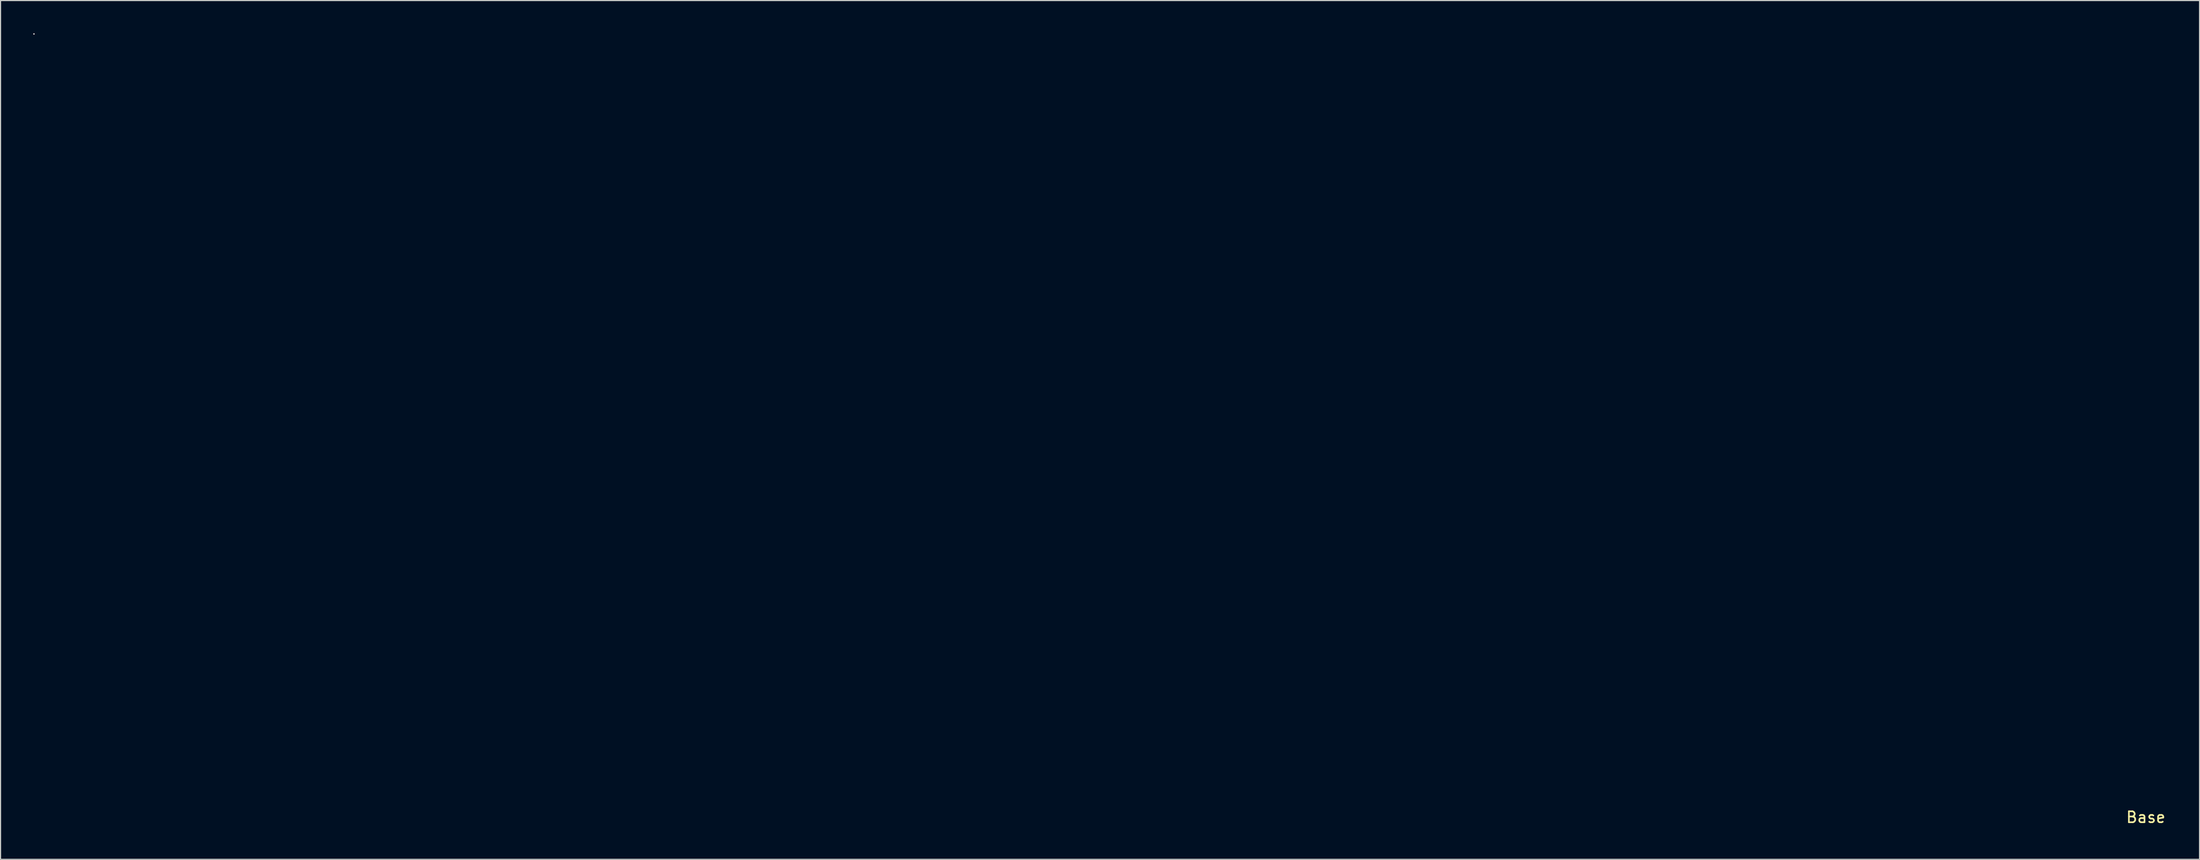
<source format=kicad_pcb>
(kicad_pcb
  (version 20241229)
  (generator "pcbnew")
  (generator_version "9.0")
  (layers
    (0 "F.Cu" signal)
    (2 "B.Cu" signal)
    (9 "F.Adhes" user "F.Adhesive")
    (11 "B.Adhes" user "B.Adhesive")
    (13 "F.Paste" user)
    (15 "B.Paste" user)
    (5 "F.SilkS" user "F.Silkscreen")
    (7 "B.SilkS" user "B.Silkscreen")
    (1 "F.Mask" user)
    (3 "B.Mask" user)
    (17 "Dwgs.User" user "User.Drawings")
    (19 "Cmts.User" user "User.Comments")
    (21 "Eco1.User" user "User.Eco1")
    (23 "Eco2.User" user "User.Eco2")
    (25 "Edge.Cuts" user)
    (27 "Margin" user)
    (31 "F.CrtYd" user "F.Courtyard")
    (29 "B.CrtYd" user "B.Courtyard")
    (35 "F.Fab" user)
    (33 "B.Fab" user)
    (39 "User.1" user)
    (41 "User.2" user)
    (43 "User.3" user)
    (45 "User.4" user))
  (footprint "Base"
    (layer "F.Cu")
    (at 193.09 71.17)
    (property "Reference" "Base" (at 0 0.5 0) (layer "F.SilkS") (effects (font (size 1 1) (thickness 0.15))))
    (attr through_hole)
    (fp_line (start -193.04 -71.12) (end -193.04 -71.12) (stroke (width 0.1) (type solid)) (layer "Dwgs.User"))
    (fp_line (start -193.04 -71.12) (end -193.04 -71.12) (stroke (width 0.1) (type solid)) (layer "Dwgs.User"))
    (fp_line (start -193.04 -71.12) (end -193.04 -71.12) (stroke (width 0.1) (type solid)) (layer "Dwgs.User"))
    (fp_line (start -193.04 -71.12) (end -193.04 -71.12) (stroke (width 0.1) (type solid)) (layer "Dwgs.User"))
    (fp_line (start -193.04 -71.12) (end -193.04 -71.12) (stroke (width 0.1) (type solid)) (layer "Dwgs.User"))
    (fp_line (start -193.04 -71.12) (end -193.04 -71.12) (stroke (width 0.1) (type solid)) (layer "Dwgs.User"))
    (fp_line (start -193.04 -71.12) (end -193.04 -71.12) (stroke (width 0.1) (type solid)) (layer "Dwgs.User"))
    (fp_line (start -193.04 -71.12) (end -193.04 -71.12) (stroke (width 0.1) (type solid)) (layer "Dwgs.User"))
    (fp_line (start -193.04 -71.12) (end -193.04 -71.12) (stroke (width 0.1) (type solid)) (layer "Dwgs.User"))
    (fp_line (start -193.04 -71.12) (end -193.04 -71.12) (stroke (width 0.1) (type solid)) (layer "Dwgs.User"))
    (fp_line (start -193.04 -71.12) (end -193.04 -71.12) (stroke (width 0.1) (type solid)) (layer "Dwgs.User"))
    (fp_line (start -193.04 -71.12) (end -193.04 -71.12) (stroke (width 0.1) (type solid)) (layer "Dwgs.User"))
    (fp_line (start -193.04 -71.12) (end -193.04 -71.12) (stroke (width 0.1) (type solid)) (layer "Dwgs.User"))
    (fp_line (start -193.04 -71.12) (end -193.04 -71.12) (stroke (width 0.1) (type solid)) (layer "Dwgs.User"))
    (fp_line (start -193.04 -71.12) (end -193.04 -71.12) (stroke (width 0.1) (type solid)) (layer "Dwgs.User"))
    (fp_line (start -193.04 -71.12) (end -193.04 -71.12) (stroke (width 0.1) (type solid)) (layer "Dwgs.User"))
    (fp_line (start -193.04 -71.12) (end -193.04 -71.12) (stroke (width 0.1) (type solid)) (layer "Dwgs.User"))
    (fp_line (start -193.04 -71.12) (end -193.04 -71.12) (stroke (width 0.1) (type solid)) (layer "Dwgs.User"))
    (fp_line (start -193.04 -71.12) (end -193.04 -71.12) (stroke (width 0.1) (type solid)) (layer "Dwgs.User"))
    (fp_line (start -193.04 -71.12) (end -193.04 -71.12) (stroke (width 0.1) (type solid)) (layer "Dwgs.User"))
    (fp_line (start -193.04 -71.12) (end -193.04 -71.12) (stroke (width 0.1) (type solid)) (layer "Dwgs.User"))
    (fp_line (start -193.04 -71.12) (end -193.04 -71.12) (stroke (width 0.1) (type solid)) (layer "Dwgs.User"))
    (fp_line (start -193.04 -71.12) (end -193.04 -71.12) (stroke (width 0.1) (type solid)) (layer "Dwgs.User"))
    (fp_line (start -193.04 -71.12) (end -193.04 -71.12) (stroke (width 0.1) (type solid)) (layer "Dwgs.User"))
    (fp_line (start -193.04 -71.12) (end -193.04 -71.12) (stroke (width 0.1) (type solid)) (layer "Dwgs.User"))
    (fp_line (start -193.04 -71.12) (end -193.04 -71.12) (stroke (width 0.1) (type solid)) (layer "Dwgs.User"))
    (fp_line (start -193.04 -71.12) (end -193.04 -71.12) (stroke (width 0.1) (type solid)) (layer "Dwgs.User"))
    (fp_line (start -193.04 -71.12) (end -193.04 -71.12) (stroke (width 0.1) (type solid)) (layer "Dwgs.User"))
    (fp_line (start -193.04 -71.12) (end -193.04 -71.12) (stroke (width 0.1) (type solid)) (layer "Dwgs.User"))
    (fp_line (start -193.04 -71.12) (end -193.04 -71.12) (stroke (width 0.1) (type solid)) (layer "Dwgs.User"))
    (fp_line (start -193.04 -71.12) (end -193.04 -71.12) (stroke (width 0.1) (type solid)) (layer "Dwgs.User"))
    (fp_line (start -193.04 -71.12) (end -193.04 -71.12) (stroke (width 0.1) (type solid)) (layer "Dwgs.User"))
    (fp_line (start -193.04 -71.12) (end -193.04 -71.12) (stroke (width 0.1) (type solid)) (layer "Dwgs.User"))
    (fp_line (start -193.04 -71.12) (end -193.04 -71.12) (stroke (width 0.1) (type solid)) (layer "Dwgs.User"))
    (fp_line (start -193.04 -71.12) (end -193.04 -71.12) (stroke (width 0.1) (type solid)) (layer "Dwgs.User"))
    (fp_line (start -193.04 -71.12) (end -193.04 -71.12) (stroke (width 0.1) (type solid)) (layer "Dwgs.User"))
    (fp_line (start -193.04 -71.12) (end -193.04 -71.12) (stroke (width 0.1) (type solid)) (layer "Dwgs.User"))
    (fp_line (start -193.04 -71.12) (end -193.04 -71.12) (stroke (width 0.1) (type solid)) (layer "Dwgs.User"))
    (fp_line (start -193.04 -71.12) (end -193.04 -71.12) (stroke (width 0.1) (type solid)) (layer "Dwgs.User"))
    (fp_line (start -193.04 -71.12) (end -193.04 -71.12) (stroke (width 0.1) (type solid)) (layer "Dwgs.User"))
    (fp_line (start -193.04 -71.12) (end -193.04 -71.12) (stroke (width 0.1) (type solid)) (layer "Dwgs.User"))
    (fp_line (start -193.04 -71.12) (end -193.04 -71.12) (stroke (width 0.1) (type solid)) (layer "Dwgs.User"))
    (fp_line (start -193.04 -71.12) (end -193.04 -71.12) (stroke (width 0.1) (type solid)) (layer "Dwgs.User"))
    (fp_line (start -193.04 -71.12) (end -193.04 -71.12) (stroke (width 0.1) (type solid)) (layer "Dwgs.User"))
    (fp_line (start -193.04 -71.12) (end -193.04 -71.12) (stroke (width 0.1) (type solid)) (layer "Dwgs.User"))
    (fp_line (start -193.04 -71.12) (end -193.04 -71.12) (stroke (width 0.1) (type solid)) (layer "Dwgs.User"))
    (fp_line (start -193.04 -71.12) (end -193.04 -71.12) (stroke (width 0.1) (type solid)) (layer "Dwgs.User"))
    (fp_line (start -193.04 -71.12) (end -193.04 -71.12) (stroke (width 0.1) (type solid)) (layer "Dwgs.User"))
    (fp_line (start -193.04 -71.12) (end -193.04 -71.12) (stroke (width 0.1) (type solid)) (layer "Dwgs.User"))
    (fp_line (start -193.04 -71.12) (end -193.04 -71.12) (stroke (width 0.1) (type solid)) (layer "Dwgs.User"))
    (fp_line (start -193.04 -71.12) (end -193.04 -71.12) (stroke (width 0.1) (type solid)) (layer "Dwgs.User"))
    (fp_line (start -193.04 -71.12) (end -193.04 -71.12) (stroke (width 0.1) (type solid)) (layer "Dwgs.User"))
    (fp_line (start -193.04 -71.12) (end -193.04 -71.12) (stroke (width 0.1) (type solid)) (layer "Dwgs.User"))
    (fp_line (start -193.04 -71.12) (end -193.04 -71.12) (stroke (width 0.1) (type solid)) (layer "Dwgs.User"))
    (fp_line (start -193.04 -71.12) (end -193.04 -71.12) (stroke (width 0.1) (type solid)) (layer "Dwgs.User"))
    (fp_line (start -193.04 -71.12) (end -193.04 -71.12) (stroke (width 0.1) (type solid)) (layer "Dwgs.User"))
    (fp_line (start -193.04 -71.12) (end -193.04 -71.12) (stroke (width 0.1) (type solid)) (layer "Dwgs.User"))
    (fp_line (start -193.04 -71.12) (end -193.04 -71.12) (stroke (width 0.1) (type solid)) (layer "Dwgs.User"))
    (fp_line (start -193.04 -71.12) (end -193.04 -71.12) (stroke (width 0.1) (type solid)) (layer "Dwgs.User"))
    (fp_line (start -193.04 -71.12) (end -193.04 -71.12) (stroke (width 0.1) (type solid)) (layer "Dwgs.User"))
    (fp_line (start -193.04 -71.12) (end -193.04 -71.12) (stroke (width 0.1) (type solid)) (layer "Dwgs.User"))
    (fp_line (start -193.04 -71.12) (end -193.04 -71.12) (stroke (width 0.1) (type solid)) (layer "Dwgs.User"))
    (fp_line (start -193.04 -71.12) (end -193.04 -71.12) (stroke (width 0.1) (type solid)) (layer "Dwgs.User"))
    (fp_line (start -193.04 -71.12) (end -193.04 -71.12) (stroke (width 0.1) (type solid)) (layer "Dwgs.User"))
    (fp_line (start -193.04 -71.12) (end -193.04 -71.12) (stroke (width 0.1) (type solid)) (layer "Dwgs.User"))
    (fp_line (start -193.04 -71.12) (end -193.04 -71.12) (stroke (width 0.1) (type solid)) (layer "Dwgs.User"))
    (fp_line (start -193.04 -71.12) (end -193.04 -71.12) (stroke (width 0.1) (type solid)) (layer "Dwgs.User"))
    (fp_line (start -193.04 -71.12) (end -193.04 -71.12) (stroke (width 0.1) (type solid)) (layer "Dwgs.User"))
    (fp_line (start -193.04 -71.12) (end -193.04 -71.12) (stroke (width 0.1) (type solid)) (layer "Dwgs.User"))
    (fp_line (start -193.04 -71.12) (end -193.04 -71.12) (stroke (width 0.1) (type solid)) (layer "Dwgs.User"))
    (fp_line (start -193.04 -71.12) (end -193.04 -71.12) (stroke (width 0.1) (type solid)) (layer "Dwgs.User"))
    (fp_line (start -193.04 -71.12) (end -193.04 -71.12) (stroke (width 0.1) (type solid)) (layer "Dwgs.User"))
    (fp_line (start -193.04 -71.12) (end -193.04 -71.12) (stroke (width 0.1) (type solid)) (layer "Dwgs.User"))
    (fp_line (start -193.04 -71.12) (end -193.04 -71.12) (stroke (width 0.1) (type solid)) (layer "Dwgs.User"))
    (fp_line (start -193.04 -71.12) (end -193.04 -71.12) (stroke (width 0.1) (type solid)) (layer "Dwgs.User"))
    (fp_line (start -193.04 -71.12) (end -193.04 -71.12) (stroke (width 0.1) (type solid)) (layer "Dwgs.User"))
    (fp_line (start -193.04 -71.12) (end -193.04 -71.12) (stroke (width 0.1) (type solid)) (layer "Dwgs.User"))
    (fp_line (start -193.04 -71.12) (end -193.04 -71.12) (stroke (width 0.1) (type solid)) (layer "Dwgs.User"))
    (fp_line (start -193.04 -71.12) (end -193.04 -71.12) (stroke (width 0.1) (type solid)) (layer "Dwgs.User"))
    (fp_line (start -193.04 -71.12) (end -193.04 -71.12) (stroke (width 0.1) (type solid)) (layer "Dwgs.User"))
    (fp_line (start -193.04 -71.12) (end -193.04 -71.12) (stroke (width 0.1) (type solid)) (layer "Dwgs.User"))
    (fp_line (start -193.04 -71.12) (end -193.04 -71.12) (stroke (width 0.1) (type solid)) (layer "Dwgs.User"))
    (fp_line (start -193.04 -71.12) (end -193.04 -71.12) (stroke (width 0.1) (type solid)) (layer "Dwgs.User"))
    (fp_line (start -193.04 -71.12) (end -193.04 -71.12) (stroke (width 0.1) (type solid)) (layer "Dwgs.User"))
    (fp_line (start -193.04 -71.12) (end -193.04 -71.12) (stroke (width 0.1) (type solid)) (layer "Dwgs.User"))
    (fp_line (start -193.04 -71.12) (end -193.04 -71.12) (stroke (width 0.1) (type solid)) (layer "Dwgs.User"))
    (fp_line (start -193.04 -71.12) (end -193.04 -71.12) (stroke (width 0.1) (type solid)) (layer "Dwgs.User"))
    (fp_line (start -193.04 -71.12) (end -193.04 -71.12) (stroke (width 0.1) (type solid)) (layer "Dwgs.User"))
    (fp_line (start -193.04 -71.12) (end -193.04 -71.12) (stroke (width 0.1) (type solid)) (layer "Dwgs.User"))
    (fp_line (start -193.04 -71.12) (end -193.04 -71.12) (stroke (width 0.1) (type solid)) (layer "Dwgs.User"))
    (fp_line (start -193.04 -71.12) (end -193.04 -71.12) (stroke (width 0.1) (type solid)) (layer "Dwgs.User"))
    (fp_line (start -193.04 -71.12) (end -193.04 -71.12) (stroke (width 0.1) (type solid)) (layer "Dwgs.User"))
    (fp_line (start -193.04 -71.12) (end -193.04 -71.12) (stroke (width 0.1) (type solid)) (layer "Dwgs.User"))
    (fp_line (start -193.04 -71.12) (end -193.04 -71.12) (stroke (width 0.1) (type solid)) (layer "Dwgs.User"))
    (fp_line (start -193.04 -71.12) (end -193.04 -71.12) (stroke (width 0.1) (type solid)) (layer "Dwgs.User"))
    (fp_line (start -193.04 -71.12) (end -193.04 -71.12) (stroke (width 0.1) (type solid)) (layer "Dwgs.User"))
    (fp_line (start -193.04 -71.12) (end -193.04 -71.12) (stroke (width 0.1) (type solid)) (layer "Dwgs.User"))
    (fp_line (start -193.04 -71.12) (end -193.04 -71.12) (stroke (width 0.1) (type solid)) (layer "Dwgs.User"))
    (fp_line (start -193.04 -71.12) (end -193.04 -71.12) (stroke (width 0.1) (type solid)) (layer "Dwgs.User"))
    (fp_line (start -193.04 -71.12) (end -193.04 -71.12) (stroke (width 0.1) (type solid)) (layer "Dwgs.User"))
    (fp_line (start -193.04 -71.12) (end -193.04 -71.12) (stroke (width 0.1) (type solid)) (layer "Dwgs.User"))
    (fp_line (start -193.04 -71.12) (end -193.04 -71.12) (stroke (width 0.1) (type solid)) (layer "Dwgs.User"))
    (fp_line (start -193.04 -71.12) (end -193.04 -71.12) (stroke (width 0.1) (type solid)) (layer "Dwgs.User"))
    (fp_line (start -193.04 -71.12) (end -193.04 -71.12) (stroke (width 0.1) (type solid)) (layer "Dwgs.User"))
    (fp_line (start -193.04 -71.12) (end -193.04 -71.12) (stroke (width 0.1) (type solid)) (layer "Dwgs.User"))
    (fp_line (start -193.04 -71.12) (end -193.04 -71.12) (stroke (width 0.1) (type solid)) (layer "Dwgs.User"))
    (fp_line (start -193.04 -71.12) (end -193.04 -71.12) (stroke (width 0.1) (type solid)) (layer "Dwgs.User"))
    (fp_line (start -193.04 -71.12) (end -193.04 -71.12) (stroke (width 0.1) (type solid)) (layer "Dwgs.User"))
    (fp_line (start -193.04 -71.12) (end -193.04 -71.12) (stroke (width 0.1) (type solid)) (layer "Dwgs.User"))
    (fp_line (start -193.04 -71.12) (end -193.04 -71.12) (stroke (width 0.1) (type solid)) (layer "Dwgs.User"))
    (fp_line (start -193.04 -71.12) (end -193.04 -71.12) (stroke (width 0.1) (type solid)) (layer "Dwgs.User"))
    (fp_line (start -193.04 -71.12) (end -193.04 -71.12) (stroke (width 0.1) (type solid)) (layer "Dwgs.User"))
    (fp_line (start -193.04 -71.12) (end -193.04 -71.12) (stroke (width 0.1) (type solid)) (layer "Dwgs.User"))
    (fp_line (start -193.04 -71.12) (end -193.04 -71.12) (stroke (width 0.1) (type solid)) (layer "Dwgs.User"))
    (fp_line (start -193.04 -71.12) (end -193.04 -71.12) (stroke (width 0.1) (type solid)) (layer "Dwgs.User"))
    (fp_line (start -193.04 -71.12) (end -193.04 -71.12) (stroke (width 0.1) (type solid)) (layer "Dwgs.User"))
    (fp_line (start -193.04 -71.12) (end -193.04 -71.12) (stroke (width 0.1) (type solid)) (layer "Dwgs.User"))
    (fp_line (start -193.04 -71.12) (end -193.04 -71.12) (stroke (width 0.1) (type solid)) (layer "Dwgs.User"))
    (fp_line (start -193.04 -71.12) (end -193.04 -71.12) (stroke (width 0.1) (type solid)) (layer "Dwgs.User"))
    (fp_line (start -193.04 -71.12) (end -193.04 -71.12) (stroke (width 0.1) (type solid)) (layer "Dwgs.User"))
    (fp_line (start -193.04 -71.12) (end -193.04 -71.12) (stroke (width 0.1) (type solid)) (layer "Dwgs.User"))
    (fp_line (start -193.04 -71.12) (end -193.04 -71.12) (stroke (width 0.1) (type solid)) (layer "Dwgs.User"))
    (fp_line (start -193.04 -71.12) (end -193.04 -71.12) (stroke (width 0.1) (type solid)) (layer "Dwgs.User"))
    (fp_line (start -193.04 -71.12) (end -193.04 -71.12) (stroke (width 0.1) (type solid)) (layer "Dwgs.User"))
    (fp_line (start -193.04 -71.12) (end -193.04 -71.12) (stroke (width 0.1) (type solid)) (layer "Dwgs.User"))
    (fp_line (start -193.04 -71.12) (end -193.04 -71.12) (stroke (width 0.1) (type solid)) (layer "Dwgs.User"))
    (fp_line (start -193.04 -71.12) (end -193.04 -71.12) (stroke (width 0.1) (type solid)) (layer "Dwgs.User"))
    (fp_line (start -193.04 -71.12) (end -193.04 -71.12) (stroke (width 0.1) (type solid)) (layer "Dwgs.User"))
    (fp_line (start -193.04 -71.12) (end -193.04 -71.12) (stroke (width 0.1) (type solid)) (layer "Dwgs.User"))
    (fp_line (start -193.04 -71.12) (end -193.04 -71.12) (stroke (width 0.1) (type solid)) (layer "Dwgs.User"))
    (fp_line (start -193.04 -71.12) (end -193.04 -71.12) (stroke (width 0.1) (type solid)) (layer "Dwgs.User"))
    (fp_line (start -193.04 -71.12) (end -193.04 -71.12) (stroke (width 0.1) (type solid)) (layer "Dwgs.User"))
    (fp_line (start -193.04 -71.12) (end -193.04 -71.12) (stroke (width 0.1) (type solid)) (layer "Dwgs.User"))
    (fp_line (start -193.04 -71.12) (end -193.04 -71.12) (stroke (width 0.1) (type solid)) (layer "Dwgs.User"))
    (fp_line (start -193.04 -71.12) (end -193.04 -71.12) (stroke (width 0.1) (type solid)) (layer "Dwgs.User"))
    (fp_line (start -193.04 -71.12) (end -193.04 -71.12) (stroke (width 0.1) (type solid)) (layer "Dwgs.User"))
    (fp_line (start -193.04 -71.12) (end -193.04 -71.12) (stroke (width 0.1) (type solid)) (layer "Dwgs.User"))
    (fp_line (start -193.04 -71.12) (end -193.04 -71.12) (stroke (width 0.1) (type solid)) (layer "Dwgs.User"))
    (fp_line (start -193.04 -71.12) (end -193.04 -71.12) (stroke (width 0.1) (type solid)) (layer "Dwgs.User"))
    (fp_line (start -193.04 -71.12) (end -193.04 -71.12) (stroke (width 0.1) (type solid)) (layer "Dwgs.User"))
    (fp_line (start -193.04 -71.12) (end -193.04 -71.12) (stroke (width 0.1) (type solid)) (layer "Dwgs.User"))
    (fp_line (start -193.04 -71.12) (end -193.04 -71.12) (stroke (width 0.1) (type solid)) (layer "Dwgs.User"))
    (fp_line (start -193.04 -71.12) (end -193.04 -71.12) (stroke (width 0.1) (type solid)) (layer "Dwgs.User"))
    (fp_line (start -193.04 -71.12) (end -193.04 -71.12) (stroke (width 0.1) (type solid)) (layer "Dwgs.User"))
    (fp_line (start -193.04 -71.12) (end -193.04 -71.12) (stroke (width 0.1) (type solid)) (layer "Dwgs.User"))
    (fp_line (start -193.04 -71.12) (end -193.04 -71.12) (stroke (width 0.1) (type solid)) (layer "Dwgs.User"))
    (fp_line (start -193.04 -71.12) (end -193.04 -71.12) (stroke (width 0.1) (type solid)) (layer "Dwgs.User"))
    (fp_line (start -193.04 -71.12) (end -193.04 -71.12) (stroke (width 0.1) (type solid)) (layer "Dwgs.User"))
    (fp_line (start -193.04 -71.12) (end -193.04 -71.12) (stroke (width 0.1) (type solid)) (layer "Dwgs.User"))
    (fp_line (start -193.04 -71.12) (end -193.04 -71.12) (stroke (width 0.1) (type solid)) (layer "Dwgs.User"))
    (fp_line (start -193.04 -71.12) (end -193.04 -71.12) (stroke (width 0.1) (type solid)) (layer "Dwgs.User"))
    (fp_line (start -193.04 -71.12) (end -193.04 -71.12) (stroke (width 0.1) (type solid)) (layer "Dwgs.User"))
    (fp_line (start -193.04 -71.12) (end -193.04 -71.12) (stroke (width 0.1) (type solid)) (layer "Dwgs.User"))
    (fp_line (start -193.04 -71.12) (end -193.04 -71.12) (stroke (width 0.1) (type solid)) (layer "Dwgs.User"))
    (fp_line (start -193.04 -71.12) (end -193.04 -71.12) (stroke (width 0.1) (type solid)) (layer "Dwgs.User"))
    (fp_line (start -193.04 -71.12) (end -193.04 -71.12) (stroke (width 0.1) (type solid)) (layer "Dwgs.User"))
    (fp_line (start -193.04 -71.12) (end -193.04 -71.12) (stroke (width 0.1) (type solid)) (layer "Dwgs.User"))
    (fp_line (start -193.04 -71.12) (end -193.04 -71.12) (stroke (width 0.1) (type solid)) (layer "Dwgs.User"))
    (fp_line (start -193.04 -71.12) (end -193.04 -71.12) (stroke (width 0.1) (type solid)) (layer "Dwgs.User"))
    (fp_line (start -193.04 -71.12) (end -193.04 -71.12) (stroke (width 0.1) (type solid)) (layer "Dwgs.User"))
    (fp_line (start -193.04 -71.12) (end -193.04 -71.12) (stroke (width 0.1) (type solid)) (layer "Dwgs.User"))
    (fp_line (start -193.04 -71.12) (end -193.04 -71.12) (stroke (width 0.1) (type solid)) (layer "Dwgs.User"))
    (fp_line (start -193.04 -71.12) (end -193.04 -71.12) (stroke (width 0.1) (type solid)) (layer "Dwgs.User"))
    (fp_line (start -193.04 -71.12) (end -193.04 -71.12) (stroke (width 0.1) (type solid)) (layer "Dwgs.User"))
    (fp_line (start -193.04 -71.12) (end -193.04 -71.12) (stroke (width 0.1) (type solid)) (layer "Dwgs.User"))
    (fp_line (start -193.04 -71.12) (end -193.04 -71.12) (stroke (width 0.1) (type solid)) (layer "Dwgs.User"))
    (fp_line (start -193.04 -71.12) (end -193.04 -71.12) (stroke (width 0.1) (type solid)) (layer "Dwgs.User"))
    (fp_line (start -193.04 -71.12) (end -193.04 -71.12) (stroke (width 0.1) (type solid)) (layer "Dwgs.User"))
    (fp_line (start -193.04 -71.12) (end -193.04 -71.12) (stroke (width 0.1) (type solid)) (layer "Dwgs.User"))
    (fp_line (start -193.04 -71.12) (end -193.04 -71.12) (stroke (width 0.1) (type solid)) (layer "Dwgs.User")))
  (gr_rect
    (start -3 -3)
    (end 198.001 75.518)
    (stroke (width 0.1) (type default))
    (fill no)
    (layer "Edge.Cuts")))
</source>
